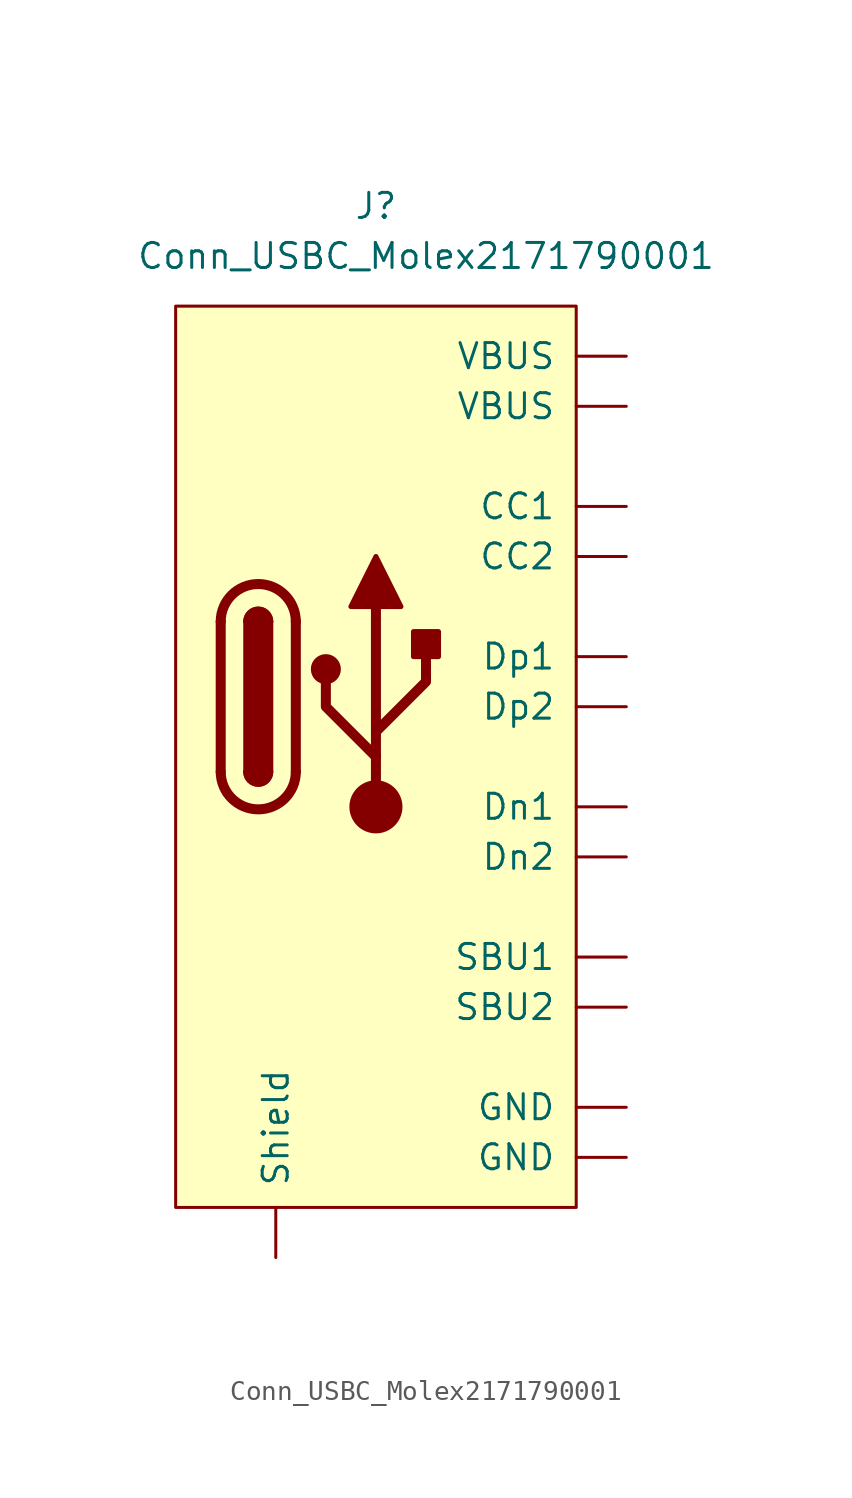
<source format=kicad_sym>
(kicad_symbol_lib
  (version 20211014)
  (generator kicad_symbol_editor)
  (symbol "Conn_USBC_Molex2171790001"
    (pin_numbers hide)
    (pin_names
      (offset 1.016))
    (property "Reference" "J"
      (at 0 25.4 0)
      (effects (font (size 1.27 1.27))))
    (property "Value" "Conn_USBC_Molex2171790001"
      (at 2.54 22.86 0)
      (effects (font (size 1.27 1.27))))
    (symbol "Conn_USBC_Molex2171790001_0_1"
      (rectangle (start 10.16 -25.4) (end -10.16 20.32) (stroke (width 0) (type default) (color 0 0 0 0)) (fill (type background))))
    (symbol "Conn_USBC_Molex2171790001_1_1"
      (arc (start -7.874 -3.302) (mid -5.969 -5.207) (end -4.064 -3.302) (stroke (width 0.508) (type default) (color 0 0 0 0)) (fill (type none)))
      (arc (start -6.604 -3.302) (mid -5.969 -3.937) (end -5.334 -3.302) (stroke (width 0.254) (type default) (color 0 0 0 0)) (fill (type none)))
      (arc (start -6.604 -3.302) (mid -5.969 -3.937) (end -5.334 -3.302) (stroke (width 0.254) (type default) (color 0 0 0 0)) (fill (type outline)))
      (rectangle (start -6.604 -3.302) (end -5.334 4.318) (stroke (width 0.254) (type default) (color 0 0 0 0)) (fill (type outline)))
      (arc (start -5.334 4.318) (mid -5.969 4.953) (end -6.604 4.318) (stroke (width 0.254) (type default) (color 0 0 0 0)) (fill (type none)))
      (arc (start -5.334 4.318) (mid -5.969 4.953) (end -6.604 4.318) (stroke (width 0.254) (type default) (color 0 0 0 0)) (fill (type outline)))
      (arc (start -4.064 4.318) (mid -5.969 6.223) (end -7.874 4.318) (stroke (width 0.508) (type default) (color 0 0 0 0)) (fill (type none)))
      (circle (center -2.54 1.905) (radius 0.635) (stroke (width 0.254) (type default) (color 0 0 0 0)) (fill (type outline)))
      (circle (center 0 -5.08) (radius 1.27) (stroke (width 0) (type default) (color 0 0 0 0)) (fill (type outline)))
      (polyline (pts (xy -7.874 -3.302) (xy -7.874 4.318)) (stroke (width 0.508) (type default) (color 0 0 0 0)) (fill (type none)))
      (polyline (pts (xy -4.064 4.318) (xy -4.064 -3.302)) (stroke (width 0.508) (type default) (color 0 0 0 0)) (fill (type none)))
      (polyline (pts (xy 0 -5.08) (xy 0 5.08)) (stroke (width 0.508) (type default) (color 0 0 0 0)) (fill (type none)))
      (polyline (pts (xy 0 -2.54) (xy -2.54 0) (xy -2.54 1.27)) (stroke (width 0.508) (type default) (color 0 0 0 0)) (fill (type none)))
      (polyline (pts (xy 0 -1.27) (xy 2.54 1.27) (xy 2.54 2.54)) (stroke (width 0.508) (type default) (color 0 0 0 0)) (fill (type none)))
      (polyline (pts (xy -1.27 5.08) (xy 0 7.62) (xy 1.27 5.08) (xy -1.27 5.08)) (stroke (width 0.254) (type default) (color 0 0 0 0)) (fill (type outline)))
      (rectangle (start 1.905 2.54) (end 3.175 3.81) (stroke (width 0.254) (type default) (color 0 0 0 0)) (fill (type outline)))
      (pin passive line (at 12.7 -20.32 180) (length 2.54) (name "GND" (effects (font (size 1.27 1.27)))) (number "A1B12" (effects (font (size 1.27 1.27)))))
      (pin passive line (at 12.7 17.78 180) (length 2.54) (name "VBUS" (effects (font (size 1.27 1.27)))) (number "A4B9" (effects (font (size 1.27 1.27)))))
      (pin passive line (at 12.7 10.16 180) (length 2.54) (name "CC1" (effects (font (size 1.27 1.27)))) (number "A5" (effects (font (size 1.27 1.27)))))
      (pin bidirectional line (at 12.7 2.54 180) (length 2.54) (name "Dp1" (effects (font (size 1.27 1.27)))) (number "A6" (effects (font (size 1.27 1.27)))))
      (pin bidirectional line (at 12.7 -5.08 180) (length 2.54) (name "Dn1" (effects (font (size 1.27 1.27)))) (number "A7" (effects (font (size 1.27 1.27)))))
      (pin bidirectional line (at 12.7 -12.7 180) (length 2.54) (name "SBU1" (effects (font (size 1.27 1.27)))) (number "A8" (effects (font (size 1.27 1.27)))))
      (pin power_out line (at 12.7 -22.86 180) (length 2.54) (name "GND" (effects (font (size 1.27 1.27)))) (number "B1A12" (effects (font (size 1.27 1.27)))))
      (pin power_out line (at 12.7 15.24 180) (length 2.54) (name "VBUS" (effects (font (size 1.27 1.27)))) (number "B4A9" (effects (font (size 1.27 1.27)))))
      (pin passive line (at 12.7 7.62 180) (length 2.54) (name "CC2" (effects (font (size 1.27 1.27)))) (number "B5" (effects (font (size 1.27 1.27)))))
      (pin bidirectional line (at 12.7 0 180) (length 2.54) (name "Dp2" (effects (font (size 1.27 1.27)))) (number "B6" (effects (font (size 1.27 1.27)))))
      (pin bidirectional line (at 12.7 -7.62 180) (length 2.54) (name "Dn2" (effects (font (size 1.27 1.27)))) (number "B7" (effects (font (size 1.27 1.27)))))
      (pin bidirectional line (at 12.7 -15.24 180) (length 2.54) (name "SBU2" (effects (font (size 1.27 1.27)))) (number "B8" (effects (font (size 1.27 1.27)))))
      (pin passive line (at -5.08 -27.94 90) (length 2.54) (name "Shield" (effects (font (size 1.27 1.27)))) (number "S" (effects (font (size 1.27 1.27))))))))
</source>
